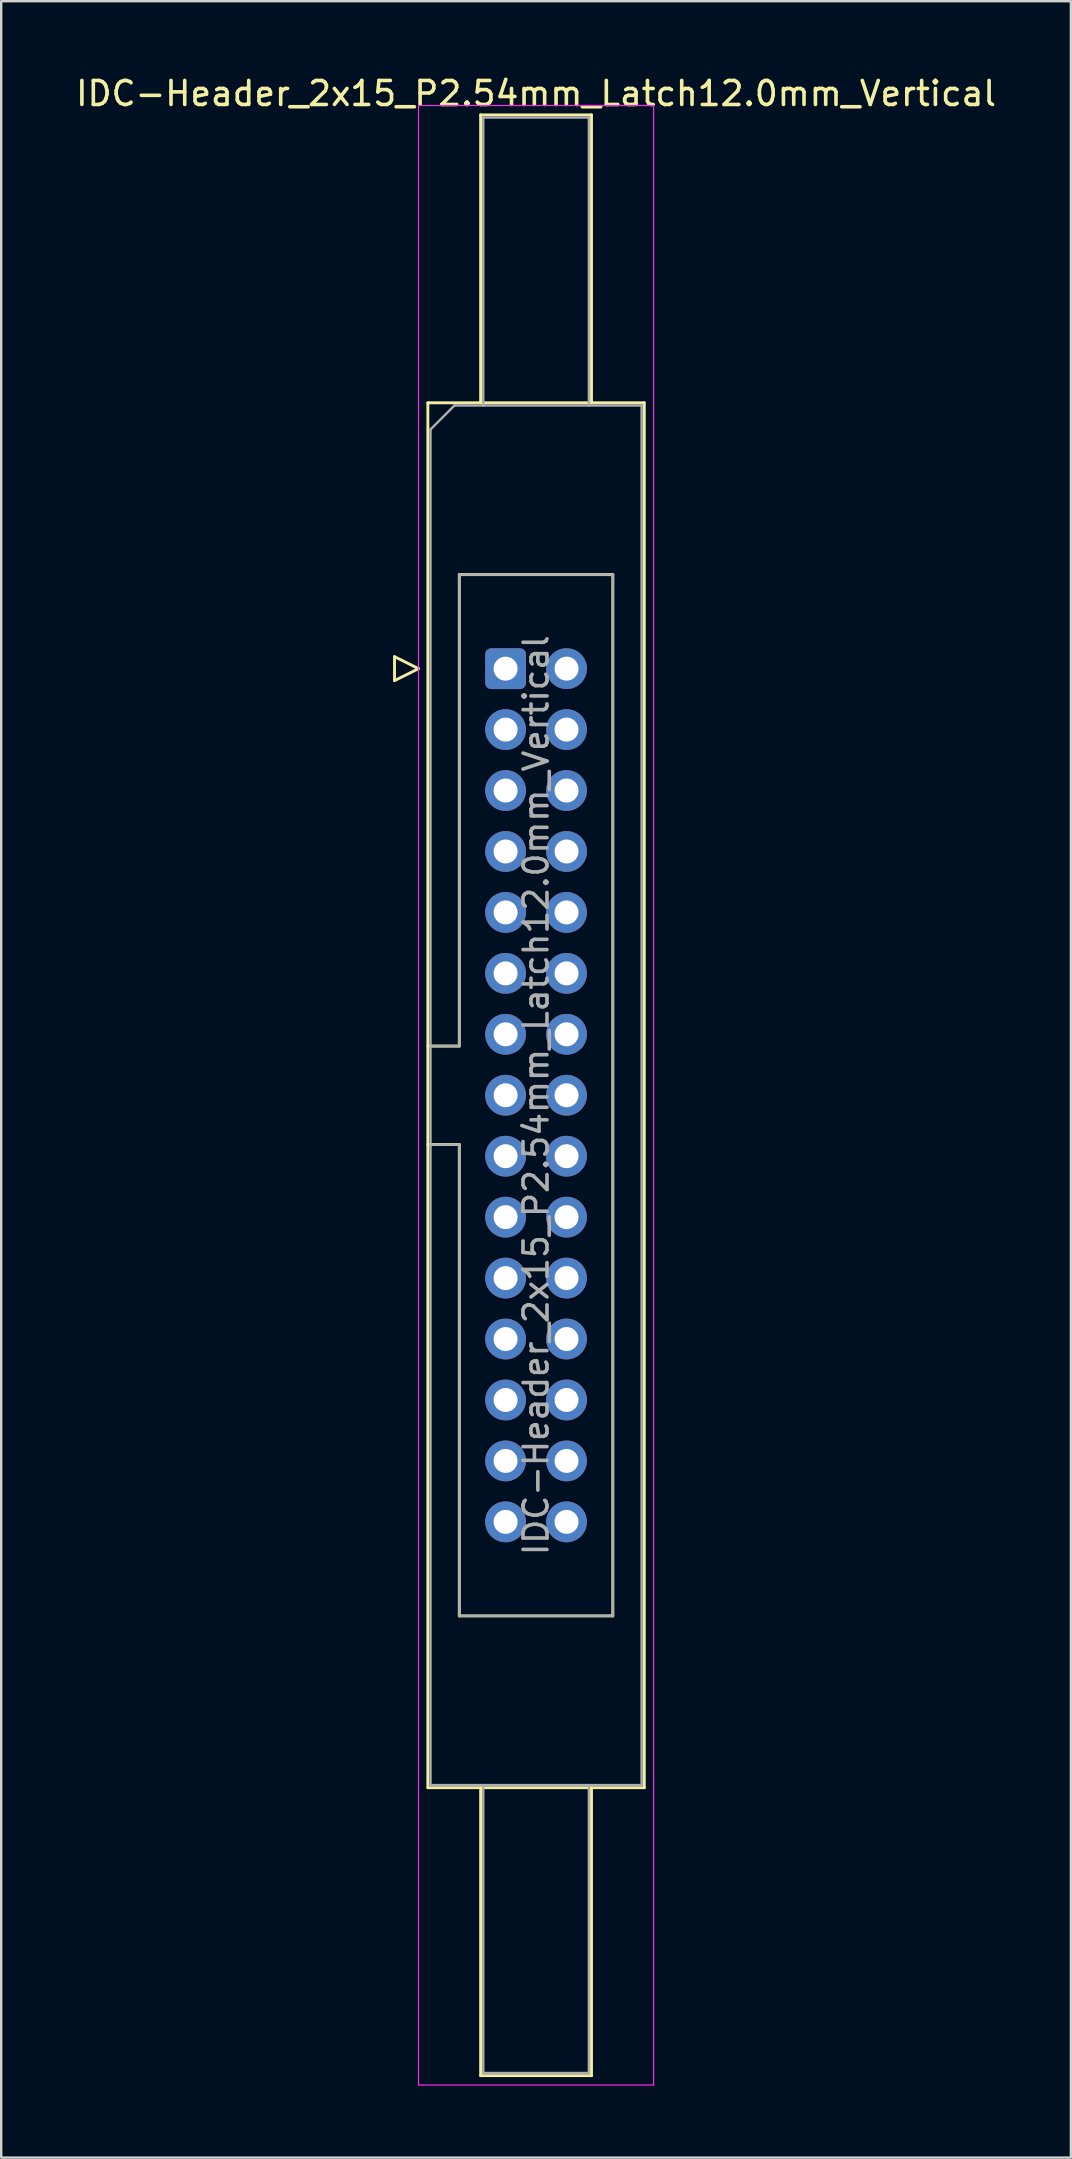
<source format=kicad_pcb>
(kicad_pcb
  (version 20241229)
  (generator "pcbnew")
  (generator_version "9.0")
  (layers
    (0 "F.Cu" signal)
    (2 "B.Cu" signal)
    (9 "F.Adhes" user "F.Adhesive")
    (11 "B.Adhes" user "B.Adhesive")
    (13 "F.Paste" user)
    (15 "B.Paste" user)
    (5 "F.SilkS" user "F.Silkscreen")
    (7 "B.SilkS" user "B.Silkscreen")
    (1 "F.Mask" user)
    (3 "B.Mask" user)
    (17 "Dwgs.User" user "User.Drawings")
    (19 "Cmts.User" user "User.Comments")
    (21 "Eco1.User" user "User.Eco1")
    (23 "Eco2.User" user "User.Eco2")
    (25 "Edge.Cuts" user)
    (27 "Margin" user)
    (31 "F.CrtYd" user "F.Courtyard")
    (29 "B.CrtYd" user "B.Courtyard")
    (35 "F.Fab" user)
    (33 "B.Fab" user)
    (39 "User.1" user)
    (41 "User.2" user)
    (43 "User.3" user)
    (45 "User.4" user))
  (footprint "IDC-Header_2x15_P2.54mm_Latch12.0mm_Vertical"
    (layer "F.Cu")
    (at 18.022 24.818)
    (property "Reference" "IDC-Header_2x15_P2.54mm_Latch12.0mm_Vertical" (at 1.27 -23.97 0) (layer "F.SilkS") (effects (font (size 1 1) (thickness 0.15))))
    (attr through_hole)
    (fp_line (start -4.63 -0.5) (end -4.63 0.5) (stroke (width 0.12) (type solid)) (layer "F.SilkS"))
    (fp_line (start -4.63 0.5) (end -3.63 0) (stroke (width 0.12) (type solid)) (layer "F.SilkS"))
    (fp_line (start -3.63 0) (end -4.63 -0.5) (stroke (width 0.12) (type solid)) (layer "F.SilkS"))
    (fp_line (start -3.24 -11.08) (end 5.78 -11.08) (stroke (width 0.12) (type solid)) (layer "F.SilkS"))
    (fp_line (start -3.24 15.73) (end -1.93 15.73) (stroke (width 0.12) (type solid)) (layer "F.SilkS"))
    (fp_line (start -3.24 46.64) (end -3.24 -11.08) (stroke (width 0.12) (type solid)) (layer "F.SilkS"))
    (fp_line (start -1.93 -3.92) (end 4.47 -3.92) (stroke (width 0.12) (type solid)) (layer "F.SilkS"))
    (fp_line (start -1.93 15.73) (end -1.93 -3.92) (stroke (width 0.12) (type solid)) (layer "F.SilkS"))
    (fp_line (start -1.93 19.83) (end -3.24 19.83) (stroke (width 0.12) (type solid)) (layer "F.SilkS"))
    (fp_line (start -1.93 39.48) (end -1.93 19.83) (stroke (width 0.12) (type solid)) (layer "F.SilkS"))
    (fp_line (start -1.04 -23.08) (end 3.58 -23.08) (stroke (width 0.12) (type solid)) (layer "F.SilkS"))
    (fp_line (start -1.04 -11.08) (end -1.04 -23.08) (stroke (width 0.12) (type solid)) (layer "F.SilkS"))
    (fp_line (start -1.04 46.64) (end -1.04 58.64) (stroke (width 0.12) (type solid)) (layer "F.SilkS"))
    (fp_line (start -1.04 58.64) (end 3.58 58.64) (stroke (width 0.12) (type solid)) (layer "F.SilkS"))
    (fp_line (start 3.58 -23.08) (end 3.58 -11.08) (stroke (width 0.12) (type solid)) (layer "F.SilkS"))
    (fp_line (start 3.58 58.64) (end 3.58 46.64) (stroke (width 0.12) (type solid)) (layer "F.SilkS"))
    (fp_line (start 4.47 -3.92) (end 4.47 39.48) (stroke (width 0.12) (type solid)) (layer "F.SilkS"))
    (fp_line (start 4.47 39.48) (end -1.93 39.48) (stroke (width 0.12) (type solid)) (layer "F.SilkS"))
    (fp_line (start 5.78 -11.08) (end 5.78 46.64) (stroke (width 0.12) (type solid)) (layer "F.SilkS"))
    (fp_line (start 5.78 46.64) (end -3.24 46.64) (stroke (width 0.12) (type solid)) (layer "F.SilkS"))
    (fp_line (start -3.63 -23.47) (end -3.63 59.03) (stroke (width 0.05) (type solid)) (layer "F.CrtYd"))
    (fp_line (start -3.63 59.03) (end 6.17 59.03) (stroke (width 0.05) (type solid)) (layer "F.CrtYd"))
    (fp_line (start 6.17 -23.47) (end -3.63 -23.47) (stroke (width 0.05) (type solid)) (layer "F.CrtYd"))
    (fp_line (start 6.17 59.03) (end 6.17 -23.47) (stroke (width 0.05) (type solid)) (layer "F.CrtYd"))
    (fp_line (start -3.13 -9.97) (end -2.13 -10.97) (stroke (width 0.1) (type solid)) (layer "F.Fab"))
    (fp_line (start -3.13 15.73) (end -1.93 15.73) (stroke (width 0.1) (type solid)) (layer "F.Fab"))
    (fp_line (start -3.13 46.53) (end -3.13 -9.97) (stroke (width 0.1) (type solid)) (layer "F.Fab"))
    (fp_line (start -2.13 -10.97) (end 5.67 -10.97) (stroke (width 0.1) (type solid)) (layer "F.Fab"))
    (fp_line (start -1.93 -3.92) (end 4.47 -3.92) (stroke (width 0.1) (type solid)) (layer "F.Fab"))
    (fp_line (start -1.93 15.73) (end -1.93 -3.92) (stroke (width 0.1) (type solid)) (layer "F.Fab"))
    (fp_line (start -1.93 19.83) (end -3.13 19.83) (stroke (width 0.1) (type solid)) (layer "F.Fab"))
    (fp_line (start -1.93 39.48) (end -1.93 19.83) (stroke (width 0.1) (type solid)) (layer "F.Fab"))
    (fp_line (start -0.93 -22.97) (end 3.47 -22.97) (stroke (width 0.1) (type solid)) (layer "F.Fab"))
    (fp_line (start -0.93 -10.97) (end -0.93 -22.97) (stroke (width 0.1) (type solid)) (layer "F.Fab"))
    (fp_line (start -0.93 46.53) (end -0.93 58.53) (stroke (width 0.1) (type solid)) (layer "F.Fab"))
    (fp_line (start -0.93 58.53) (end 3.47 58.53) (stroke (width 0.1) (type solid)) (layer "F.Fab"))
    (fp_line (start 3.47 -22.97) (end 3.47 -10.97) (stroke (width 0.1) (type solid)) (layer "F.Fab"))
    (fp_line (start 3.47 58.53) (end 3.47 46.53) (stroke (width 0.1) (type solid)) (layer "F.Fab"))
    (fp_line (start 4.47 -3.92) (end 4.47 39.48) (stroke (width 0.1) (type solid)) (layer "F.Fab"))
    (fp_line (start 4.47 39.48) (end -1.93 39.48) (stroke (width 0.1) (type solid)) (layer "F.Fab"))
    (fp_line (start 5.67 -10.97) (end 5.67 46.53) (stroke (width 0.1) (type solid)) (layer "F.Fab"))
    (fp_line (start 5.67 46.53) (end -3.13 46.53) (stroke (width 0.1) (type solid)) (layer "F.Fab"))
    (fp_text user "${REFERENCE}" (at 1.27 17.78 90) (layer "F.Fab") (effects (font (size 1 1) (thickness 0.15))))
    (pad "1" thru_hole roundrect (at 0 0) (size 1.7 1.7) (drill 1) (layers "*.Cu" "*.Mask") (roundrect_rratio 0.147))
    (pad "2" thru_hole circle (at 2.54 0) (size 1.7 1.7) (drill 1) (layers "*.Cu" "*.Mask"))
    (pad "3" thru_hole circle (at 0 2.54) (size 1.7 1.7) (drill 1) (layers "*.Cu" "*.Mask"))
    (pad "4" thru_hole circle (at 2.54 2.54) (size 1.7 1.7) (drill 1) (layers "*.Cu" "*.Mask"))
    (pad "5" thru_hole circle (at 0 5.08) (size 1.7 1.7) (drill 1) (layers "*.Cu" "*.Mask"))
    (pad "6" thru_hole circle (at 2.54 5.08) (size 1.7 1.7) (drill 1) (layers "*.Cu" "*.Mask"))
    (pad "7" thru_hole circle (at 0 7.62) (size 1.7 1.7) (drill 1) (layers "*.Cu" "*.Mask"))
    (pad "8" thru_hole circle (at 2.54 7.62) (size 1.7 1.7) (drill 1) (layers "*.Cu" "*.Mask"))
    (pad "9" thru_hole circle (at 0 10.16) (size 1.7 1.7) (drill 1) (layers "*.Cu" "*.Mask"))
    (pad "10" thru_hole circle (at 2.54 10.16) (size 1.7 1.7) (drill 1) (layers "*.Cu" "*.Mask"))
    (pad "11" thru_hole circle (at 0 12.7) (size 1.7 1.7) (drill 1) (layers "*.Cu" "*.Mask"))
    (pad "12" thru_hole circle (at 2.54 12.7) (size 1.7 1.7) (drill 1) (layers "*.Cu" "*.Mask"))
    (pad "13" thru_hole circle (at 0 15.24) (size 1.7 1.7) (drill 1) (layers "*.Cu" "*.Mask"))
    (pad "14" thru_hole circle (at 2.54 15.24) (size 1.7 1.7) (drill 1) (layers "*.Cu" "*.Mask"))
    (pad "15" thru_hole circle (at 0 17.78) (size 1.7 1.7) (drill 1) (layers "*.Cu" "*.Mask"))
    (pad "16" thru_hole circle (at 2.54 17.78) (size 1.7 1.7) (drill 1) (layers "*.Cu" "*.Mask"))
    (pad "17" thru_hole circle (at 0 20.32) (size 1.7 1.7) (drill 1) (layers "*.Cu" "*.Mask"))
    (pad "18" thru_hole circle (at 2.54 20.32) (size 1.7 1.7) (drill 1) (layers "*.Cu" "*.Mask"))
    (pad "19" thru_hole circle (at 0 22.86) (size 1.7 1.7) (drill 1) (layers "*.Cu" "*.Mask"))
    (pad "20" thru_hole circle (at 2.54 22.86) (size 1.7 1.7) (drill 1) (layers "*.Cu" "*.Mask"))
    (pad "21" thru_hole circle (at 0 25.4) (size 1.7 1.7) (drill 1) (layers "*.Cu" "*.Mask"))
    (pad "22" thru_hole circle (at 2.54 25.4) (size 1.7 1.7) (drill 1) (layers "*.Cu" "*.Mask"))
    (pad "23" thru_hole circle (at 0 27.94) (size 1.7 1.7) (drill 1) (layers "*.Cu" "*.Mask"))
    (pad "24" thru_hole circle (at 2.54 27.94) (size 1.7 1.7) (drill 1) (layers "*.Cu" "*.Mask"))
    (pad "25" thru_hole circle (at 0 30.48) (size 1.7 1.7) (drill 1) (layers "*.Cu" "*.Mask"))
    (pad "26" thru_hole circle (at 2.54 30.48) (size 1.7 1.7) (drill 1) (layers "*.Cu" "*.Mask"))
    (pad "27" thru_hole circle (at 0 33.02) (size 1.7 1.7) (drill 1) (layers "*.Cu" "*.Mask"))
    (pad "28" thru_hole circle (at 2.54 33.02) (size 1.7 1.7) (drill 1) (layers "*.Cu" "*.Mask"))
    (pad "29" thru_hole circle (at 0 35.56) (size 1.7 1.7) (drill 1) (layers "*.Cu" "*.Mask"))
    (pad "30" thru_hole circle (at 2.54 35.56) (size 1.7 1.7) (drill 1) (layers "*.Cu" "*.Mask")))
  (gr_rect
    (start -3 -3)
    (end 41.583 86.873)
    (stroke (width 0.1) (type default))
    (fill no)
    (layer "Edge.Cuts")))
</source>
